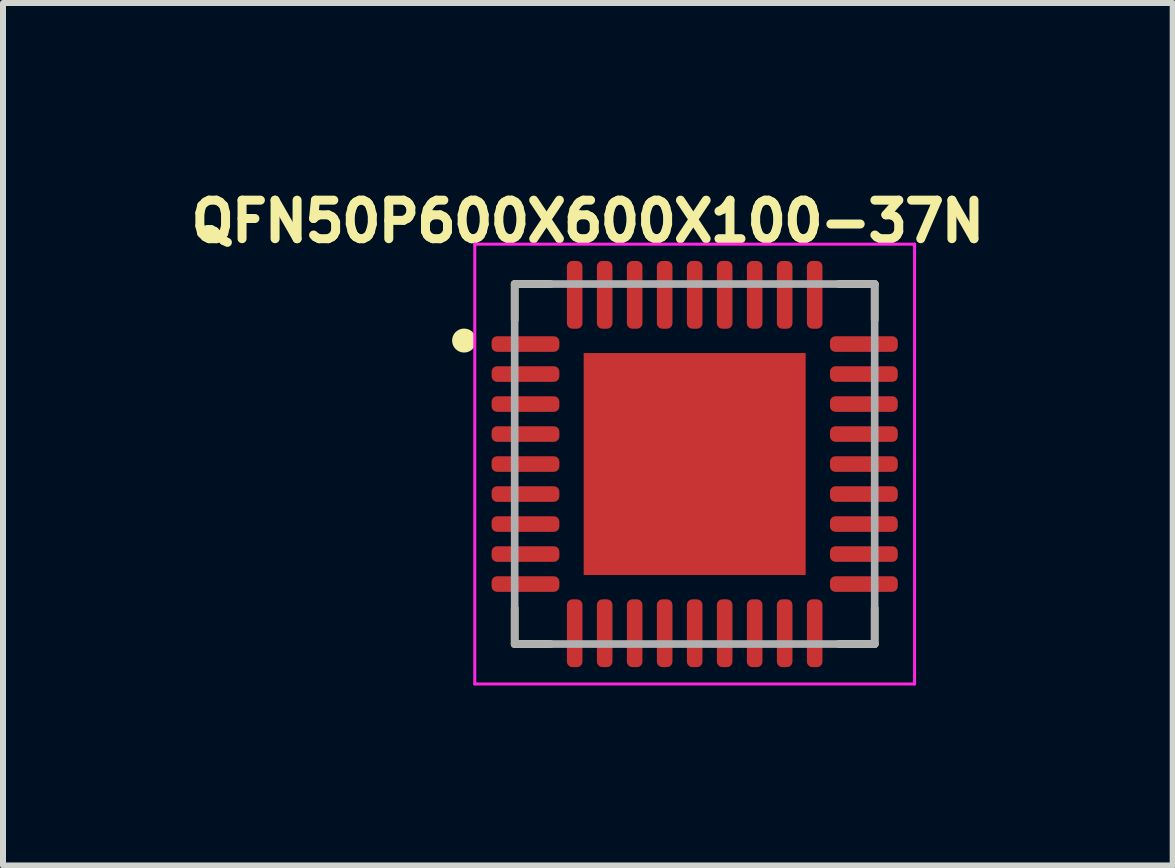
<source format=kicad_pcb>
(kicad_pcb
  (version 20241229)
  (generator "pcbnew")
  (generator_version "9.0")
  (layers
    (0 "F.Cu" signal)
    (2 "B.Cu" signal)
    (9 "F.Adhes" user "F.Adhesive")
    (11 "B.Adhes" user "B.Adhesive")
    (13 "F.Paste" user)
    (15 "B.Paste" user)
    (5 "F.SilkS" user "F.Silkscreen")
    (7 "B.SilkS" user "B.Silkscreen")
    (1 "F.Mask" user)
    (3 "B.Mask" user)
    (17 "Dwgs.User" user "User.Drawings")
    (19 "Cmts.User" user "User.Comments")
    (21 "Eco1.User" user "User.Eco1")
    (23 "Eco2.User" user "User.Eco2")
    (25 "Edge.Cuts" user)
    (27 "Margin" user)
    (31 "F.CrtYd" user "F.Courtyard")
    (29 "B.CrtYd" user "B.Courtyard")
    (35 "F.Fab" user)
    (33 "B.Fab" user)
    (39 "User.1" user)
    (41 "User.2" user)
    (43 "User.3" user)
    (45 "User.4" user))
  (footprint "QFN50P600X600X100-37N"
    (layer "F.Cu")
    (at 8.528 4.684)
    (property "Reference" "QFN50P600X600X100-37N" (at -1.781 -4.045 0) (layer "F.SilkS") (effects (font (size 0.642 0.642) (thickness 0.15))))
    (attr smd)
    (fp_line (start -3 -3) (end -2.4 -3) (stroke (width 0.127) (type solid)) (layer "F.SilkS"))
    (fp_line (start -3 -2.4) (end -3 -3) (stroke (width 0.127) (type solid)) (layer "F.SilkS"))
    (fp_line (start -3 2.4) (end -3 3) (stroke (width 0.127) (type solid)) (layer "F.SilkS"))
    (fp_line (start -3 3) (end -2.4 3) (stroke (width 0.127) (type solid)) (layer "F.SilkS"))
    (fp_line (start 2.4 -3) (end 3 -3) (stroke (width 0.127) (type solid)) (layer "F.SilkS"))
    (fp_line (start 2.4 3) (end 3 3) (stroke (width 0.127) (type solid)) (layer "F.SilkS"))
    (fp_line (start 3 -3) (end 3 -2.4) (stroke (width 0.127) (type solid)) (layer "F.SilkS"))
    (fp_line (start 3 3) (end 3 2.4) (stroke (width 0.127) (type solid)) (layer "F.SilkS"))
    (fp_circle (center -3.843 -2.058) (end -3.743 -2.058) (stroke (width 0.2) (type solid)) (fill no) (layer "F.SilkS"))
    (fp_poly (pts (xy -1.176 -1.17) (xy 1.17 -1.17) (xy 1.17 1.176) (xy -1.176 1.176)) (stroke (width 0.01) (type solid)) (fill yes) (layer "F.Paste"))
    (fp_line (start -3.665 -3.665) (end 3.665 -3.665) (stroke (width 0.05) (type solid)) (layer "F.CrtYd"))
    (fp_line (start -3.665 3.665) (end -3.665 -3.665) (stroke (width 0.05) (type solid)) (layer "F.CrtYd"))
    (fp_line (start 3.665 -3.665) (end 3.665 3.665) (stroke (width 0.05) (type solid)) (layer "F.CrtYd"))
    (fp_line (start 3.665 3.665) (end -3.665 3.665) (stroke (width 0.05) (type solid)) (layer "F.CrtYd"))
    (fp_line (start -3 3) (end -3 -3) (stroke (width 0.127) (type solid)) (layer "F.Fab"))
    (fp_line (start 3 -3) (end -3 -3) (stroke (width 0.127) (type solid)) (layer "F.Fab"))
    (fp_line (start 3 3) (end -3 3) (stroke (width 0.127) (type solid)) (layer "F.Fab"))
    (fp_line (start 3 3) (end 3 -3) (stroke (width 0.127) (type solid)) (layer "F.Fab"))
    (pad "1" smd roundrect (at -2.82 -2) (size 1.13 0.26) (layers "F.Cu" "F.Mask" "F.Paste") (roundrect_rratio 0.35))
    (pad "2" smd roundrect (at -2.82 -1.5) (size 1.13 0.26) (layers "F.Cu" "F.Mask" "F.Paste") (roundrect_rratio 0.35))
    (pad "3" smd roundrect (at -2.82 -1) (size 1.13 0.26) (layers "F.Cu" "F.Mask" "F.Paste") (roundrect_rratio 0.35))
    (pad "4" smd roundrect (at -2.82 -0.5) (size 1.13 0.26) (layers "F.Cu" "F.Mask" "F.Paste") (roundrect_rratio 0.35))
    (pad "5" smd roundrect (at -2.82 0) (size 1.13 0.26) (layers "F.Cu" "F.Mask" "F.Paste") (roundrect_rratio 0.35))
    (pad "6" smd roundrect (at -2.82 0.5) (size 1.13 0.26) (layers "F.Cu" "F.Mask" "F.Paste") (roundrect_rratio 0.35))
    (pad "7" smd roundrect (at -2.82 1) (size 1.13 0.26) (layers "F.Cu" "F.Mask" "F.Paste") (roundrect_rratio 0.35))
    (pad "8" smd roundrect (at -2.82 1.5) (size 1.13 0.26) (layers "F.Cu" "F.Mask" "F.Paste") (roundrect_rratio 0.35))
    (pad "9" smd roundrect (at -2.82 2) (size 1.13 0.26) (layers "F.Cu" "F.Mask" "F.Paste") (roundrect_rratio 0.35))
    (pad "10" smd roundrect (at -2 2.82) (size 0.26 1.13) (layers "F.Cu" "F.Mask" "F.Paste") (roundrect_rratio 0.35))
    (pad "11" smd roundrect (at -1.5 2.82) (size 0.26 1.13) (layers "F.Cu" "F.Mask" "F.Paste") (roundrect_rratio 0.35))
    (pad "12" smd roundrect (at -1 2.82) (size 0.26 1.13) (layers "F.Cu" "F.Mask" "F.Paste") (roundrect_rratio 0.35))
    (pad "13" smd roundrect (at -0.5 2.82) (size 0.26 1.13) (layers "F.Cu" "F.Mask" "F.Paste") (roundrect_rratio 0.35))
    (pad "14" smd roundrect (at 0 2.82) (size 0.26 1.13) (layers "F.Cu" "F.Mask" "F.Paste") (roundrect_rratio 0.35))
    (pad "15" smd roundrect (at 0.5 2.82) (size 0.26 1.13) (layers "F.Cu" "F.Mask" "F.Paste") (roundrect_rratio 0.35))
    (pad "16" smd roundrect (at 1 2.82) (size 0.26 1.13) (layers "F.Cu" "F.Mask" "F.Paste") (roundrect_rratio 0.35))
    (pad "17" smd roundrect (at 1.5 2.82) (size 0.26 1.13) (layers "F.Cu" "F.Mask" "F.Paste") (roundrect_rratio 0.35))
    (pad "18" smd roundrect (at 2 2.82) (size 0.26 1.13) (layers "F.Cu" "F.Mask" "F.Paste") (roundrect_rratio 0.35))
    (pad "19" smd roundrect (at 2.82 2) (size 1.13 0.26) (layers "F.Cu" "F.Mask" "F.Paste") (roundrect_rratio 0.35))
    (pad "20" smd roundrect (at 2.82 1.5) (size 1.13 0.26) (layers "F.Cu" "F.Mask" "F.Paste") (roundrect_rratio 0.35))
    (pad "21" smd roundrect (at 2.82 1) (size 1.13 0.26) (layers "F.Cu" "F.Mask" "F.Paste") (roundrect_rratio 0.35))
    (pad "22" smd roundrect (at 2.82 0.5) (size 1.13 0.26) (layers "F.Cu" "F.Mask" "F.Paste") (roundrect_rratio 0.35))
    (pad "23" smd roundrect (at 2.82 0) (size 1.13 0.26) (layers "F.Cu" "F.Mask" "F.Paste") (roundrect_rratio 0.35))
    (pad "24" smd roundrect (at 2.82 -0.5) (size 1.13 0.26) (layers "F.Cu" "F.Mask" "F.Paste") (roundrect_rratio 0.35))
    (pad "25" smd roundrect (at 2.82 -1) (size 1.13 0.26) (layers "F.Cu" "F.Mask" "F.Paste") (roundrect_rratio 0.35))
    (pad "26" smd roundrect (at 2.82 -1.5) (size 1.13 0.26) (layers "F.Cu" "F.Mask" "F.Paste") (roundrect_rratio 0.35))
    (pad "27" smd roundrect (at 2.82 -2) (size 1.13 0.26) (layers "F.Cu" "F.Mask" "F.Paste") (roundrect_rratio 0.35))
    (pad "28" smd roundrect (at 2 -2.82) (size 0.26 1.13) (layers "F.Cu" "F.Mask" "F.Paste") (roundrect_rratio 0.35))
    (pad "29" smd roundrect (at 1.5 -2.82) (size 0.26 1.13) (layers "F.Cu" "F.Mask" "F.Paste") (roundrect_rratio 0.35))
    (pad "30" smd roundrect (at 1 -2.82) (size 0.26 1.13) (layers "F.Cu" "F.Mask" "F.Paste") (roundrect_rratio 0.35))
    (pad "31" smd roundrect (at 0.5 -2.82) (size 0.26 1.13) (layers "F.Cu" "F.Mask" "F.Paste") (roundrect_rratio 0.35))
    (pad "32" smd roundrect (at 0 -2.82) (size 0.26 1.13) (layers "F.Cu" "F.Mask" "F.Paste") (roundrect_rratio 0.35))
    (pad "33" smd roundrect (at -0.5 -2.82) (size 0.26 1.13) (layers "F.Cu" "F.Mask" "F.Paste") (roundrect_rratio 0.35))
    (pad "34" smd roundrect (at -1 -2.82) (size 0.26 1.13) (layers "F.Cu" "F.Mask" "F.Paste") (roundrect_rratio 0.35))
    (pad "35" smd roundrect (at -1.5 -2.82) (size 0.26 1.13) (layers "F.Cu" "F.Mask" "F.Paste") (roundrect_rratio 0.35))
    (pad "36" smd roundrect (at -2 -2.82) (size 0.26 1.13) (layers "F.Cu" "F.Mask" "F.Paste") (roundrect_rratio 0.35))
    (pad "37" smd rect (at 0 0) (size 3.7 3.7) (layers "F.Cu" "F.Mask")))
  (gr_rect
    (start -3 -3)
    (end 16.495 11.374)
    (stroke (width 0.1) (type default))
    (fill no)
    (layer "Edge.Cuts")))
</source>
